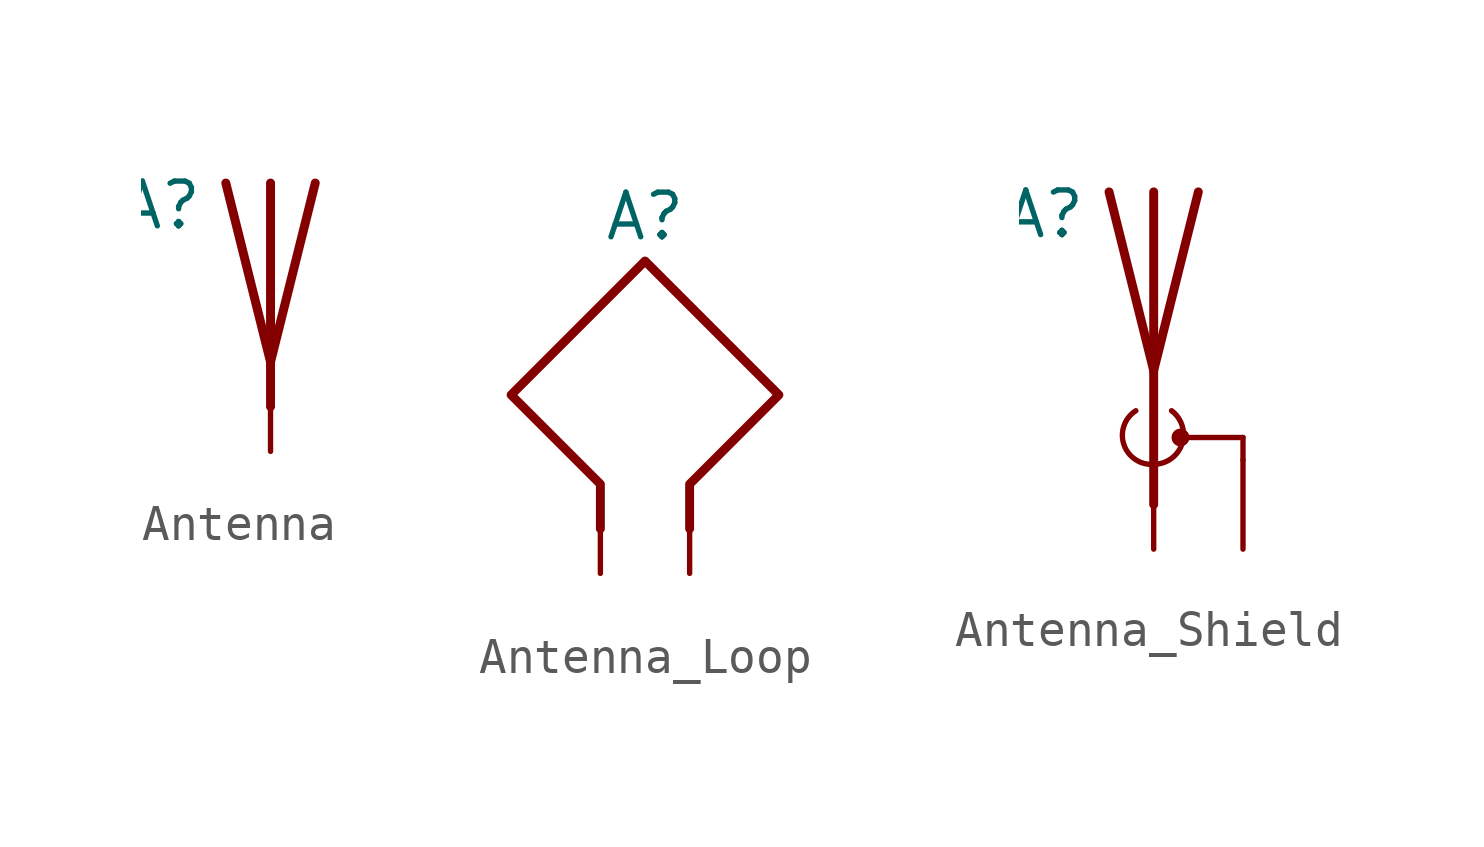
<source format=kicad_sym>
(kicad_symbol_lib
  (version 20220914)
  (generator kicad_symbol_editor)
  (symbol "Antenna"
    (pin_numbers hide)
    (pin_names
      (offset 1.016) hide)
    (property "Reference" "A"
      (at -1.905 1.905 0)
      (effects (font (size 1.27 1.27)) (justify right)))
    (symbol "Antenna_0_1"
      (polyline (pts (xy 0 2.54) (xy 0 -3.81)) (stroke (width 0.254) (type default)) (fill (type none)))
      (polyline (pts (xy 1.27 2.54) (xy 0 -2.54) (xy -1.27 2.54)) (stroke (width 0.254) (type default)) (fill (type none))))
    (symbol "Antenna_1_1"
      (pin input line (at 0 -5.08 90) (length 2.54) (name "A" (effects (font (size 1.27 1.27)))) (number "1" (effects (font (size 1.27 1.27)))))))
  (symbol "Antenna_Loop"
    (pin_numbers hide)
    (pin_names
      (offset 1.016) hide)
    (property "Reference" "A"
      (at 0 5.08 0)
      (effects (font (size 1.27 1.27))))
    (symbol "Antenna_Loop_0_1"
      (polyline (pts (xy 1.27 -3.81) (xy 1.27 -2.54) (xy 3.81 0) (xy 0 3.81) (xy -3.81 0) (xy -1.27 -2.54) (xy -1.27 -3.81)) (stroke (width 0.254) (type default)) (fill (type none))))
    (symbol "Antenna_Loop_1_1"
      (pin input line (at -1.27 -5.08 90) (length 2.54) (name "~" (effects (font (size 1.27 1.27)))) (number "1" (effects (font (size 1.27 1.27)))))
      (pin input line (at 1.27 -5.08 90) (length 2.54) (name "~" (effects (font (size 1.27 1.27)))) (number "2" (effects (font (size 1.27 1.27)))))))
  (symbol "Antenna_Shield"
    (pin_numbers hide)
    (pin_names
      (offset 1.016) hide)
    (property "Reference" "A"
      (at -1.905 4.445 0)
      (effects (font (size 1.27 1.27)) (justify right)))
    (symbol "Antenna_Shield_0_1"
      (arc (start -0.508 -1.143) (mid -0.8429 -2.1194) (end 0 -2.667) (stroke (width 0) (type default)) (fill (type none)))
      (arc (start 0 -2.667) (mid 0.7989 -2.1052) (end 0.508 -1.143) (stroke (width 0) (type default)) (fill (type none)))
      (polyline (pts (xy 0 -2.54) (xy 0 0)) (stroke (width 0) (type default)) (fill (type none)))
      (polyline (pts (xy 0 5.08) (xy 0 -3.81)) (stroke (width 0.254) (type default)) (fill (type none)))
      (polyline (pts (xy 0.762 -1.905) (xy 2.54 -1.905)) (stroke (width 0) (type default)) (fill (type none)))
      (polyline (pts (xy 2.54 -2.54) (xy 2.54 -1.905)) (stroke (width 0) (type default)) (fill (type none)))
      (polyline (pts (xy 1.27 5.08) (xy 0 0) (xy -1.27 5.08)) (stroke (width 0.254) (type default)) (fill (type none)))
      (circle (center 0.762 -1.905) (radius 0.178) (stroke (width 0) (type default)) (fill (type outline))))
    (symbol "Antenna_Shield_1_1"
      (pin input line (at 0 -5.08 90) (length 2.54) (name "A" (effects (font (size 1.27 1.27)))) (number "1" (effects (font (size 1.27 1.27)))))
      (pin input line (at 2.54 -5.08 90) (length 2.54) (name "Shield" (effects (font (size 1.27 1.27)))) (number "2" (effects (font (size 1.27 1.27))))))))
</source>
